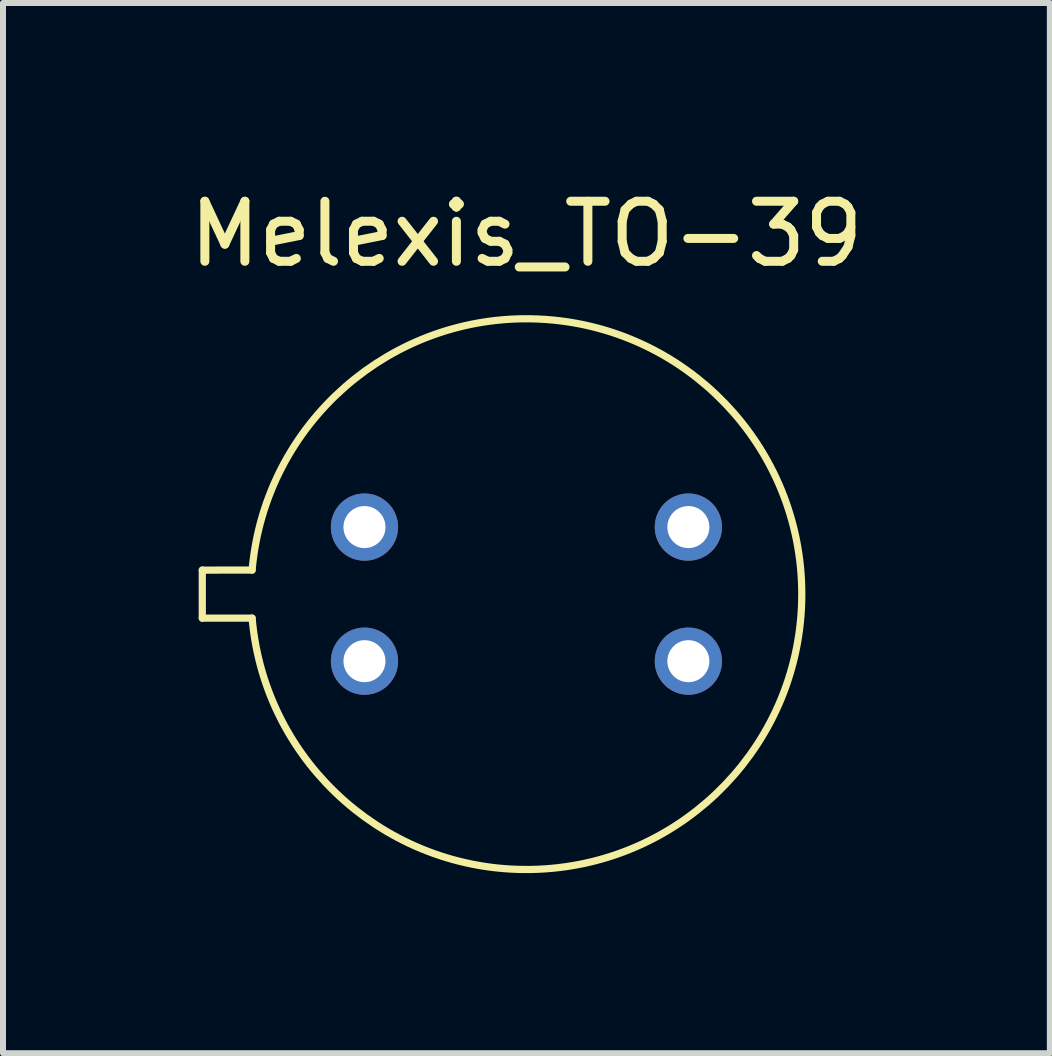
<source format=kicad_pcb>
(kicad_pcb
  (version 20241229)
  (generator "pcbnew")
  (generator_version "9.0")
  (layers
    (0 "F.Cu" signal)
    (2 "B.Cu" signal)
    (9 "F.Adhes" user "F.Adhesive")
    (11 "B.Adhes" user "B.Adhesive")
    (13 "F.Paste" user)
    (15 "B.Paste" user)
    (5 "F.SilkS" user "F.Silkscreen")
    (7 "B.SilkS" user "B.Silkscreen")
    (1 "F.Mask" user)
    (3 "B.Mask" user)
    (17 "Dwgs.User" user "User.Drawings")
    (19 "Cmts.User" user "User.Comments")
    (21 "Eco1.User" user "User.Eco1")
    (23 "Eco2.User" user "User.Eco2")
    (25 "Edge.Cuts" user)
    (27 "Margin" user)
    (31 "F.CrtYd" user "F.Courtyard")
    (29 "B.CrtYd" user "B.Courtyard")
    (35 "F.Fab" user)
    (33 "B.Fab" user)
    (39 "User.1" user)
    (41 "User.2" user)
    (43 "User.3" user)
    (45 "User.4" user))
  (footprint "Melexis_TO-39"
    (layer "F.Cu")
    (at 5.72 6.848)
    (property "Reference" "Melexis_TO-39" (at 0 -6 0) (layer "F.SilkS") (effects (font (size 1 1) (thickness 0.15))))
    (attr through_hole)
    (fp_line (start -5.4 -0.4) (end -5.4 0.4) (stroke (width 0.12) (type solid)) (layer "F.SilkS"))
    (fp_line (start -5.4 -0.4) (end -4.57 -0.401) (stroke (width 0.12) (type solid)) (layer "F.SilkS"))
    (fp_line (start -5.4 0.4) (end -4.57 0.4) (stroke (width 0.12) (type solid)) (layer "F.SilkS"))
    (fp_arc (start -4.569928 -0.400817) (mid 4.587472 0.00041) (end -4.57 0.4) (stroke (width 0.12) (type solid)) (layer "F.SilkS"))
    (pad "1" thru_hole circle (at -2.698 1.117) (size 1.12 1.12) (drill 0.7) (layers "*.Cu" "*.Mask"))
    (pad "2" thru_hole circle (at 2.698 1.117) (size 1.12 1.12) (drill 0.7) (layers "*.Cu" "*.Mask"))
    (pad "3" thru_hole circle (at 2.698 -1.117) (size 1.12 1.12) (drill 0.7) (layers "*.Cu" "*.Mask"))
    (pad "4" thru_hole circle (at -2.698 -1.117) (size 1.12 1.12) (drill 0.7) (layers "*.Cu" "*.Mask")))
  (gr_rect
    (start -3 -3)
    (end 14.44 14.496)
    (stroke (width 0.1) (type default))
    (fill no)
    (layer "Edge.Cuts")))
</source>
